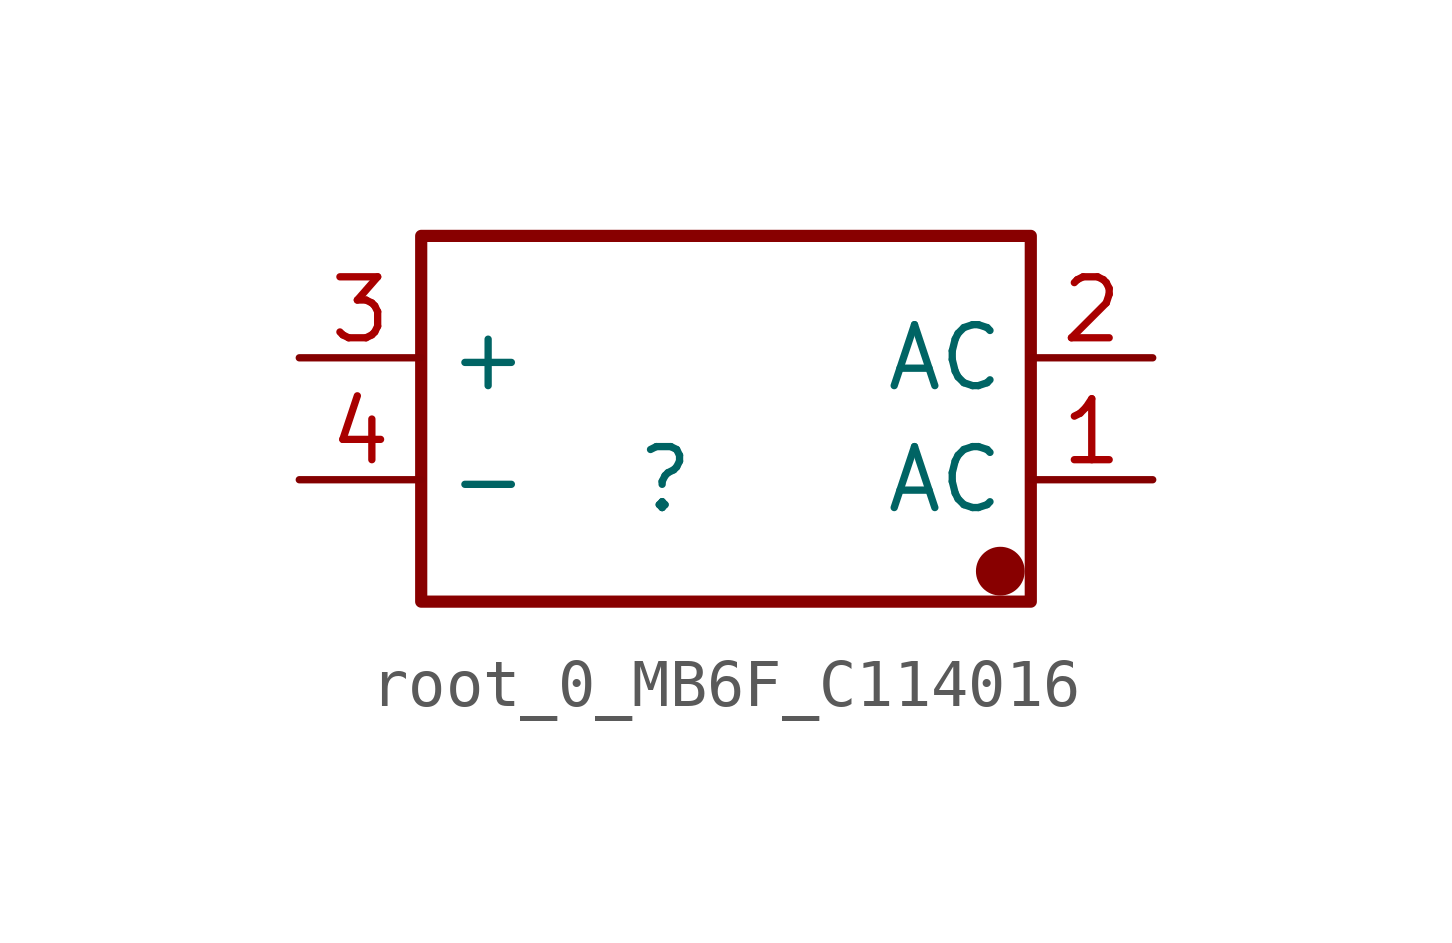
<source format=kicad_sym>
(kicad_symbol_lib
  (version 20231120)
  (generator "kicad_symbol_editor")
  (generator_version "8.0")
  (symbol "root_0_MB6F_C114016"
    (property "Reference" ""
      (at 0 0 0)
      (effects (font (size 1.27 1.27))))
    (property "Value" ""
      (at 0 0 0)
      (effects (font (size 1.27 1.27))))
    (symbol "root_0_MB6F_C114016_1_0"
      (rectangle (start -5.08 5.08) (end 7.62 -2.54) (stroke (width 0.254) (type solid) (color 136 0 0 1)) (fill (type none)))
      (circle (center 6.985 -1.905) (radius 0.381) (stroke (width 0.254) (type solid) (color 136 0 0 1)) (fill (type outline)))
      (pin passive line (at 10.16 0 180) (length 2.54) (name "AC" (effects (font (size 1.27 1.27)))) (number "1" (effects (font (size 1.27 1.27)))))
      (pin passive line (at 10.16 2.54 180) (length 2.54) (name "AC" (effects (font (size 1.27 1.27)))) (number "2" (effects (font (size 1.27 1.27)))))
      (pin passive line (at -7.62 2.54 0) (length 2.54) (name "+" (effects (font (size 1.27 1.27)))) (number "3" (effects (font (size 1.27 1.27)))))
      (pin passive line (at -7.62 0 0) (length 2.54) (name "-" (effects (font (size 1.27 1.27)))) (number "4" (effects (font (size 1.27 1.27))))))))
</source>
